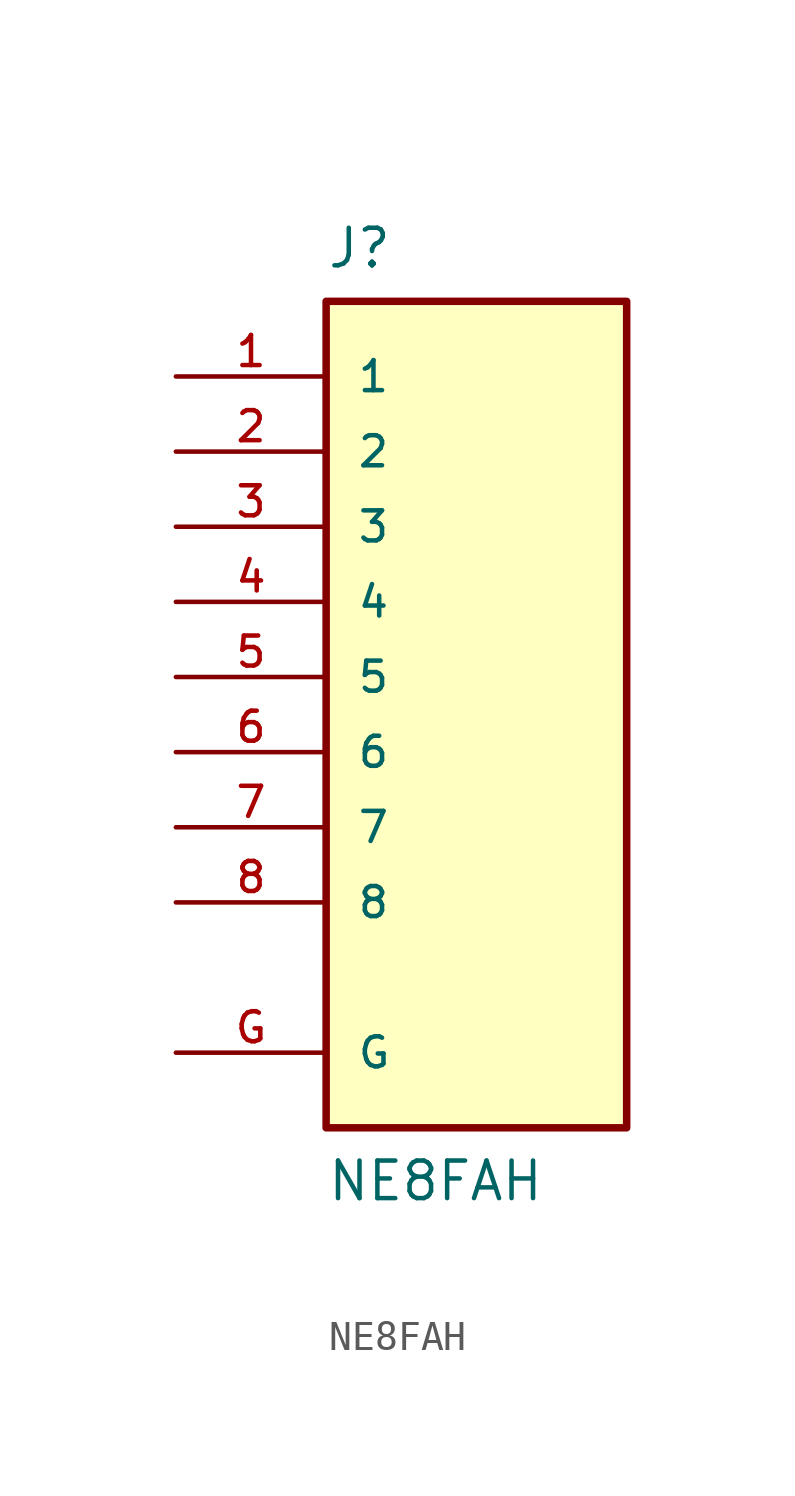
<source format=kicad_sym>
(kicad_symbol_lib
  (version 20211014)
  (generator kicad_symbol_editor)
  (symbol "NE8FAH"
    (pin_names
      (offset 1.016))
    (property "Reference" "J"
      (at -5.08 15.24 0)
      (effects (font (size 1.27 1.27)) (justify top left)))
    (property "Value" "NE8FAH"
      (at -5.08 -17.78 0)
      (effects (font (size 1.27 1.27)) (justify bottom left)))
    (symbol "NE8FAH_0_0"
      (rectangle (start -5.08 -15.24) (end 5.08 12.7) (stroke (width 0.254)) (fill (type background)))
      (pin passive line (at -10.16 10.16 0) (length 5.08) (name "1" (effects (font (size 1.016 1.016)))) (number "1" (effects (font (size 1.016 1.016)))))
      (pin passive line (at -10.16 7.62 0) (length 5.08) (name "2" (effects (font (size 1.016 1.016)))) (number "2" (effects (font (size 1.016 1.016)))))
      (pin passive line (at -10.16 5.08 0) (length 5.08) (name "3" (effects (font (size 1.016 1.016)))) (number "3" (effects (font (size 1.016 1.016)))))
      (pin passive line (at -10.16 -5.08 0) (length 5.08) (name "7" (effects (font (size 1.016 1.016)))) (number "7" (effects (font (size 1.016 1.016)))))
      (pin power_in line (at -10.16 -12.7 0) (length 5.08) (name "G" (effects (font (size 1.016 1.016)))) (number "G" (effects (font (size 1.016 1.016)))))
      (pin passive line (at -10.16 0.0 0) (length 5.08) (name "5" (effects (font (size 1.016 1.016)))) (number "5" (effects (font (size 1.016 1.016)))))
      (pin passive line (at -10.16 -2.54 0) (length 5.08) (name "6" (effects (font (size 1.016 1.016)))) (number "6" (effects (font (size 1.016 1.016)))))
      (pin passive line (at -10.16 -7.62 0) (length 5.08) (name "8" (effects (font (size 1.016 1.016)))) (number "8" (effects (font (size 1.016 1.016)))))
      (pin passive line (at -10.16 2.54 0) (length 5.08) (name "4" (effects (font (size 1.016 1.016)))) (number "4" (effects (font (size 1.016 1.016))))))))
</source>
